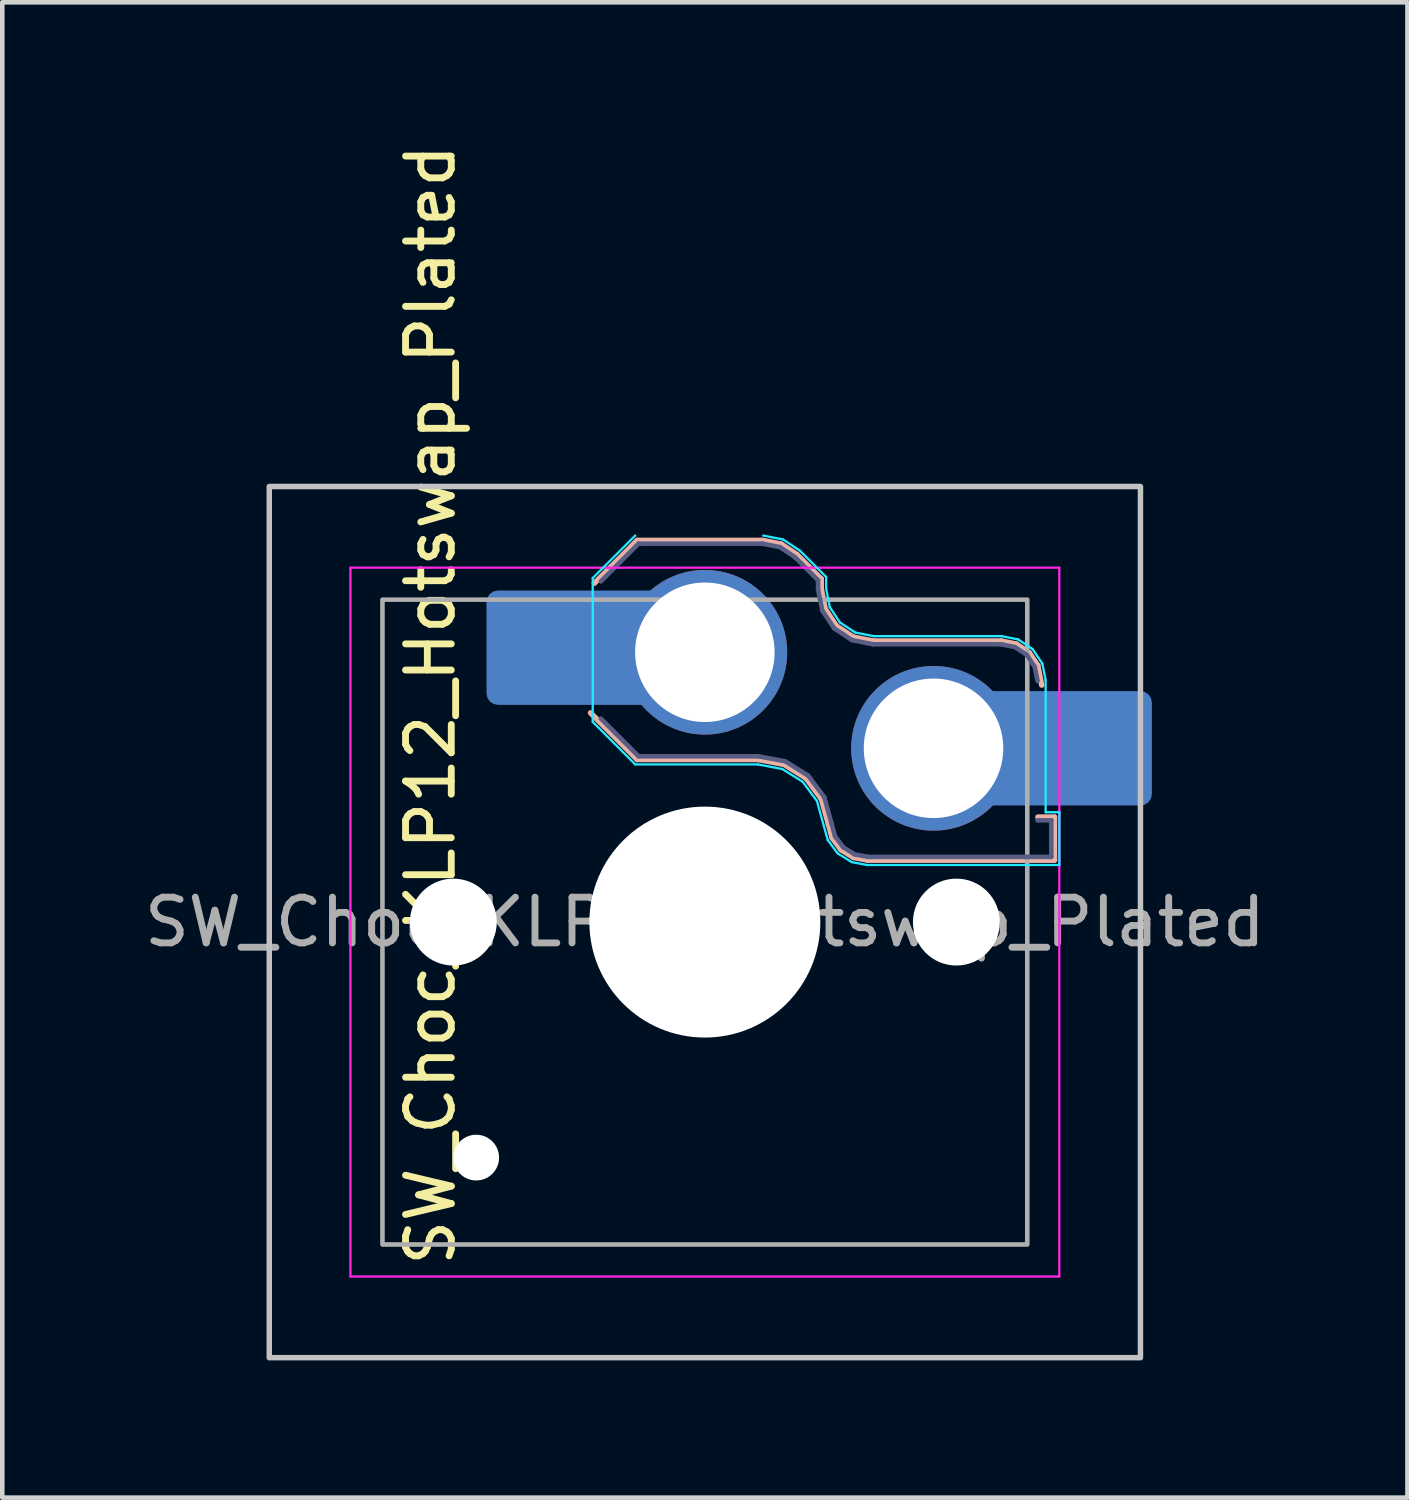
<source format=kicad_pcb>
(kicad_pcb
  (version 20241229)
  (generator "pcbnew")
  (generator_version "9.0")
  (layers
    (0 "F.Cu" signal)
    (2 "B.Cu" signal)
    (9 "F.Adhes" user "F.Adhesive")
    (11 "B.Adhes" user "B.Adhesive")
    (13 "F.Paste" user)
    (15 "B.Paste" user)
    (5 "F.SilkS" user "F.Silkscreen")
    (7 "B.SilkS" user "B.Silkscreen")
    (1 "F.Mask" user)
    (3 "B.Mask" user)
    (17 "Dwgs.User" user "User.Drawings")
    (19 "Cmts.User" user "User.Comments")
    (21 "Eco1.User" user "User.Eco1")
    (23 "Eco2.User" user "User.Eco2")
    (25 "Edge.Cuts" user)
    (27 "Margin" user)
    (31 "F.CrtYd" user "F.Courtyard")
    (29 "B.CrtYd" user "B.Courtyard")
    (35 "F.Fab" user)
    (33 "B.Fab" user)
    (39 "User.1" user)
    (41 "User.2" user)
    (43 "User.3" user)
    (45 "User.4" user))
  (footprint "SW_Choc_KLP12_Hotswap_Plated"
    (layer "F.Cu")
    (at 12.363 17.113)
    (property "Reference" "SW_Choc_KLP12_Hotswap_Plated" (at -6 -4.75 90) (layer "F.SilkS") (effects (font (size 1 1) (thickness 0.15))))
    (attr smd)
    (fp_line (start -2.416 -7.409) (end -1.479 -8.346) (stroke (width 0.12) (type solid)) (layer "B.SilkS"))
    (fp_line (start -1.479 -8.346) (end 1.268 -8.346) (stroke (width 0.12) (type solid)) (layer "B.SilkS"))
    (fp_line (start -1.479 -3.554) (end -2.5 -4.575) (stroke (width 0.12) (type solid)) (layer "B.SilkS"))
    (fp_line (start 1.168 -3.554) (end -1.479 -3.554) (stroke (width 0.12) (type solid)) (layer "B.SilkS"))
    (fp_line (start 1.268 -8.346) (end 1.671 -8.266) (stroke (width 0.12) (type solid)) (layer "B.SilkS"))
    (fp_line (start 1.671 -8.266) (end 2.013 -8.037) (stroke (width 0.12) (type solid)) (layer "B.SilkS"))
    (fp_line (start 1.73 -3.449) (end 1.168 -3.554) (stroke (width 0.12) (type solid)) (layer "B.SilkS"))
    (fp_line (start 2.013 -8.037) (end 2.546 -7.504) (stroke (width 0.12) (type solid)) (layer "B.SilkS"))
    (fp_line (start 2.209 -3.15) (end 1.73 -3.449) (stroke (width 0.12) (type solid)) (layer "B.SilkS"))
    (fp_line (start 2.546 -7.504) (end 2.546 -7.282) (stroke (width 0.12) (type solid)) (layer "B.SilkS"))
    (fp_line (start 2.546 -7.282) (end 2.633 -6.844) (stroke (width 0.12) (type solid)) (layer "B.SilkS"))
    (fp_line (start 2.547 -2.697) (end 2.209 -3.15) (stroke (width 0.12) (type solid)) (layer "B.SilkS"))
    (fp_line (start 2.633 -6.844) (end 2.877 -6.477) (stroke (width 0.12) (type solid)) (layer "B.SilkS"))
    (fp_line (start 2.701 -2.139) (end 2.547 -2.697) (stroke (width 0.12) (type solid)) (layer "B.SilkS"))
    (fp_line (start 2.783 -1.841) (end 2.701 -2.139) (stroke (width 0.12) (type solid)) (layer "B.SilkS"))
    (fp_line (start 2.877 -6.477) (end 3.244 -6.233) (stroke (width 0.12) (type solid)) (layer "B.SilkS"))
    (fp_line (start 2.976 -1.583) (end 2.783 -1.841) (stroke (width 0.12) (type solid)) (layer "B.SilkS"))
    (fp_line (start 3.244 -6.233) (end 3.682 -6.146) (stroke (width 0.12) (type solid)) (layer "B.SilkS"))
    (fp_line (start 3.25 -1.413) (end 2.976 -1.583) (stroke (width 0.12) (type solid)) (layer "B.SilkS"))
    (fp_line (start 3.56 -1.354) (end 3.25 -1.413) (stroke (width 0.12) (type solid)) (layer "B.SilkS"))
    (fp_line (start 3.682 -6.146) (end 6.482 -6.146) (stroke (width 0.12) (type solid)) (layer "B.SilkS"))
    (fp_line (start 6.482 -6.146) (end 6.809 -6.081) (stroke (width 0.12) (type solid)) (layer "B.SilkS"))
    (fp_line (start 6.809 -6.081) (end 7.092 -5.892) (stroke (width 0.12) (type solid)) (layer "B.SilkS"))
    (fp_line (start 7.092 -5.892) (end 7.281 -5.609) (stroke (width 0.12) (type solid)) (layer "B.SilkS"))
    (fp_line (start 7.281 -5.609) (end 7.366 -5.182) (stroke (width 0.12) (type solid)) (layer "B.SilkS"))
    (fp_line (start 7.283 -2.296) (end 7.646 -2.296) (stroke (width 0.12) (type solid)) (layer "B.SilkS"))
    (fp_line (start 7.646 -2.296) (end 7.646 -1.354) (stroke (width 0.12) (type solid)) (layer "B.SilkS"))
    (fp_line (start 7.646 -1.354) (end 3.56 -1.354) (stroke (width 0.12) (type solid)) (layer "B.SilkS"))
    (fp_rect (start -9.525 -9.525) (end 9.525 9.525) (stroke (width 0.12) (type default)) (fill no) (layer "Dwgs.User"))
    (fp_line (start -2.452 -7.523) (end -1.523 -8.452) (stroke (width 0.05) (type solid)) (layer "B.CrtYd"))
    (fp_line (start -2.452 -4.377) (end -2.452 -7.523) (stroke (width 0.05) (type solid)) (layer "B.CrtYd"))
    (fp_line (start -1.523 -3.448) (end -2.452 -4.377) (stroke (width 0.05) (type solid)) (layer "B.CrtYd"))
    (fp_line (start 1.159 -3.448) (end -1.523 -3.448) (stroke (width 0.05) (type solid)) (layer "B.CrtYd"))
    (fp_line (start 1.278 -8.452) (end 1.712 -8.366) (stroke (width 0.05) (type solid)) (layer "B.CrtYd"))
    (fp_line (start 1.691 -3.348) (end 1.159 -3.448) (stroke (width 0.05) (type solid)) (layer "B.CrtYd"))
    (fp_line (start 1.712 -8.366) (end 2.081 -8.119) (stroke (width 0.05) (type solid)) (layer "B.CrtYd"))
    (fp_line (start 2.081 -8.119) (end 2.652 -7.548) (stroke (width 0.05) (type solid)) (layer "B.CrtYd"))
    (fp_line (start 2.136 -3.071) (end 1.691 -3.348) (stroke (width 0.05) (type solid)) (layer "B.CrtYd"))
    (fp_line (start 2.45 -2.65) (end 2.136 -3.071) (stroke (width 0.05) (type solid)) (layer "B.CrtYd"))
    (fp_line (start 2.599 -2.111) (end 2.45 -2.65) (stroke (width 0.05) (type solid)) (layer "B.CrtYd"))
    (fp_line (start 2.652 -7.548) (end 2.652 -7.292) (stroke (width 0.05) (type solid)) (layer "B.CrtYd"))
    (fp_line (start 2.652 -7.292) (end 2.733 -6.885) (stroke (width 0.05) (type solid)) (layer "B.CrtYd"))
    (fp_line (start 2.687 -1.794) (end 2.599 -2.111) (stroke (width 0.05) (type solid)) (layer "B.CrtYd"))
    (fp_line (start 2.733 -6.885) (end 2.953 -6.553) (stroke (width 0.05) (type solid)) (layer "B.CrtYd"))
    (fp_line (start 2.903 -1.503) (end 2.687 -1.794) (stroke (width 0.05) (type solid)) (layer "B.CrtYd"))
    (fp_line (start 2.953 -6.553) (end 3.285 -6.333) (stroke (width 0.05) (type solid)) (layer "B.CrtYd"))
    (fp_line (start 3.211 -1.312) (end 2.903 -1.503) (stroke (width 0.05) (type solid)) (layer "B.CrtYd"))
    (fp_line (start 3.285 -6.333) (end 3.692 -6.252) (stroke (width 0.05) (type solid)) (layer "B.CrtYd"))
    (fp_line (start 3.55 -1.248) (end 3.211 -1.312) (stroke (width 0.05) (type solid)) (layer "B.CrtYd"))
    (fp_line (start 3.692 -6.252) (end 6.492 -6.252) (stroke (width 0.05) (type solid)) (layer "B.CrtYd"))
    (fp_line (start 6.492 -6.252) (end 6.85 -6.181) (stroke (width 0.05) (type solid)) (layer "B.CrtYd"))
    (fp_line (start 6.85 -6.181) (end 7.168 -5.968) (stroke (width 0.05) (type solid)) (layer "B.CrtYd"))
    (fp_line (start 7.168 -5.968) (end 7.381 -5.65) (stroke (width 0.05) (type solid)) (layer "B.CrtYd"))
    (fp_line (start 7.381 -5.65) (end 7.452 -5.292) (stroke (width 0.05) (type solid)) (layer "B.CrtYd"))
    (fp_line (start 7.452 -5.292) (end 7.452 -2.402) (stroke (width 0.05) (type solid)) (layer "B.CrtYd"))
    (fp_line (start 7.452 -2.402) (end 7.752 -2.402) (stroke (width 0.05) (type solid)) (layer "B.CrtYd"))
    (fp_line (start 7.752 -2.402) (end 7.752 -1.248) (stroke (width 0.05) (type solid)) (layer "B.CrtYd"))
    (fp_line (start 7.752 -1.248) (end 3.55 -1.248) (stroke (width 0.05) (type solid)) (layer "B.CrtYd"))
    (fp_line (start -7.75 7.75) (end -7.75 -7.75) (stroke (width 0.05) (type solid)) (layer "F.CrtYd"))
    (fp_line (start 7.75 -7.75) (end -7.75 -7.75) (stroke (width 0.05) (type solid)) (layer "F.CrtYd"))
    (fp_line (start 7.75 -7.75) (end 7.75 7.75) (stroke (width 0.05) (type solid)) (layer "F.CrtYd"))
    (fp_line (start 7.75 7.75) (end -7.75 7.75) (stroke (width 0.05) (type solid)) (layer "F.CrtYd"))
    (fp_line (start -2.275 -7.45) (end -1.45 -8.275) (stroke (width 0.1) (type solid)) (layer "B.Fab"))
    (fp_line (start -1.45 -8.275) (end 1.261 -8.275) (stroke (width 0.1) (type solid)) (layer "B.Fab"))
    (fp_line (start -1.45 -3.625) (end -2.275 -4.45) (stroke (width 0.1) (type solid)) (layer "B.Fab"))
    (fp_line (start 1.175 -3.625) (end -1.45 -3.625) (stroke (width 0.1) (type solid)) (layer "B.Fab"))
    (fp_line (start 1.261 -8.275) (end 1.643 -8.199) (stroke (width 0.1) (type solid)) (layer "B.Fab"))
    (fp_line (start 1.643 -8.199) (end 1.968 -7.982) (stroke (width 0.1) (type solid)) (layer "B.Fab"))
    (fp_line (start 1.756 -3.516) (end 1.175 -3.625) (stroke (width 0.1) (type solid)) (layer "B.Fab"))
    (fp_line (start 1.968 -7.982) (end 2.475 -7.475) (stroke (width 0.1) (type solid)) (layer "B.Fab"))
    (fp_line (start 2.258 -3.203) (end 1.756 -3.516) (stroke (width 0.1) (type solid)) (layer "B.Fab"))
    (fp_line (start 2.475 -7.475) (end 2.475 -7.275) (stroke (width 0.1) (type solid)) (layer "B.Fab"))
    (fp_line (start 2.475 -7.275) (end 2.566 -6.816) (stroke (width 0.1) (type solid)) (layer "B.Fab"))
    (fp_line (start 2.566 -6.816) (end 2.826 -6.426) (stroke (width 0.1) (type solid)) (layer "B.Fab"))
    (fp_line (start 2.612 -2.729) (end 2.258 -3.203) (stroke (width 0.1) (type solid)) (layer "B.Fab"))
    (fp_line (start 2.769 -2.158) (end 2.612 -2.729) (stroke (width 0.1) (type solid)) (layer "B.Fab"))
    (fp_line (start 2.826 -6.426) (end 3.216 -6.166) (stroke (width 0.1) (type solid)) (layer "B.Fab"))
    (fp_line (start 2.848 -1.873) (end 2.769 -2.158) (stroke (width 0.1) (type solid)) (layer "B.Fab"))
    (fp_line (start 3.025 -1.636) (end 2.848 -1.873) (stroke (width 0.1) (type solid)) (layer "B.Fab"))
    (fp_line (start 3.216 -6.166) (end 3.675 -6.075) (stroke (width 0.1) (type solid)) (layer "B.Fab"))
    (fp_line (start 3.276 -1.48) (end 3.025 -1.636) (stroke (width 0.1) (type solid)) (layer "B.Fab"))
    (fp_line (start 3.567 -1.425) (end 3.276 -1.48) (stroke (width 0.1) (type solid)) (layer "B.Fab"))
    (fp_line (start 3.675 -6.075) (end 6.475 -6.075) (stroke (width 0.1) (type solid)) (layer "B.Fab"))
    (fp_line (start 6.475 -6.075) (end 6.781 -6.014) (stroke (width 0.1) (type solid)) (layer "B.Fab"))
    (fp_line (start 6.781 -6.014) (end 7.041 -5.841) (stroke (width 0.1) (type solid)) (layer "B.Fab"))
    (fp_line (start 7.041 -5.841) (end 7.214 -5.581) (stroke (width 0.1) (type solid)) (layer "B.Fab"))
    (fp_line (start 7.214 -5.581) (end 7.275 -5.275) (stroke (width 0.1) (type solid)) (layer "B.Fab"))
    (fp_line (start 7.275 -2.225) (end 7.575 -2.225) (stroke (width 0.1) (type solid)) (layer "B.Fab"))
    (fp_line (start 7.575 -2.225) (end 7.575 -1.425) (stroke (width 0.1) (type solid)) (layer "B.Fab"))
    (fp_line (start 7.575 -1.425) (end 3.567 -1.425) (stroke (width 0.1) (type solid)) (layer "B.Fab"))
    (fp_rect (start -7.05 -7.05) (end 7.05 7.05) (stroke (width 0.1) (type default)) (fill no) (layer "F.Fab"))
    (fp_text user "${REFERENCE}" (at 0 0 0) (layer "F.Fab") (effects (font (size 1 1) (thickness 0.15))))
    (pad "" np_thru_hole circle (at -5.5 0) (size 1.9 1.9) (drill 1.9) (layers "*.Cu" "*.Mask"))
    (pad "" np_thru_hole circle (at -5 5.15) (size 1 1) (drill 1) (layers "*.Cu" "*.Mask"))
    (pad "" smd roundrect (at -3.525 -6) (size 2.5 2.5) (layers "B.Paste") (roundrect_rratio 0.1))
    (pad "" np_thru_hole circle (at 0 0) (size 5.05 5.05) (drill 5.05) (layers "*.Cu" "*.Mask"))
    (pad "" np_thru_hole circle (at 5.5 0) (size 1.9 1.9) (drill 1.9) (layers "*.Cu" "*.Mask"))
    (pad "" smd roundrect (at 8.525 -3.8) (size 2.5 2.5) (layers "B.Paste") (roundrect_rratio 0.1))
    (pad "1" smd roundrect (at -2.85 -6) (size 3.85 2.5) (layers "B.Cu" "B.Mask") (roundrect_rratio 0.1))
    (pad "1" thru_hole circle (at 0 -5.9) (size 3.6 3.6) (drill 3.05) (layers "*.Cu" "*.Mask"))
    (pad "2" thru_hole circle (at 5 -3.8) (size 3.6 3.6) (drill 3.05) (layers "*.Cu" "*.Mask"))
    (pad "2" smd roundrect (at 7.85 -3.8) (size 3.85 2.5) (layers "B.Cu" "B.Mask") (roundrect_rratio 0.1)))
  (gr_rect
    (start -3 -3)
    (end 27.726 29.698)
    (stroke (width 0.1) (type default))
    (fill no)
    (layer "Edge.Cuts")))
</source>
